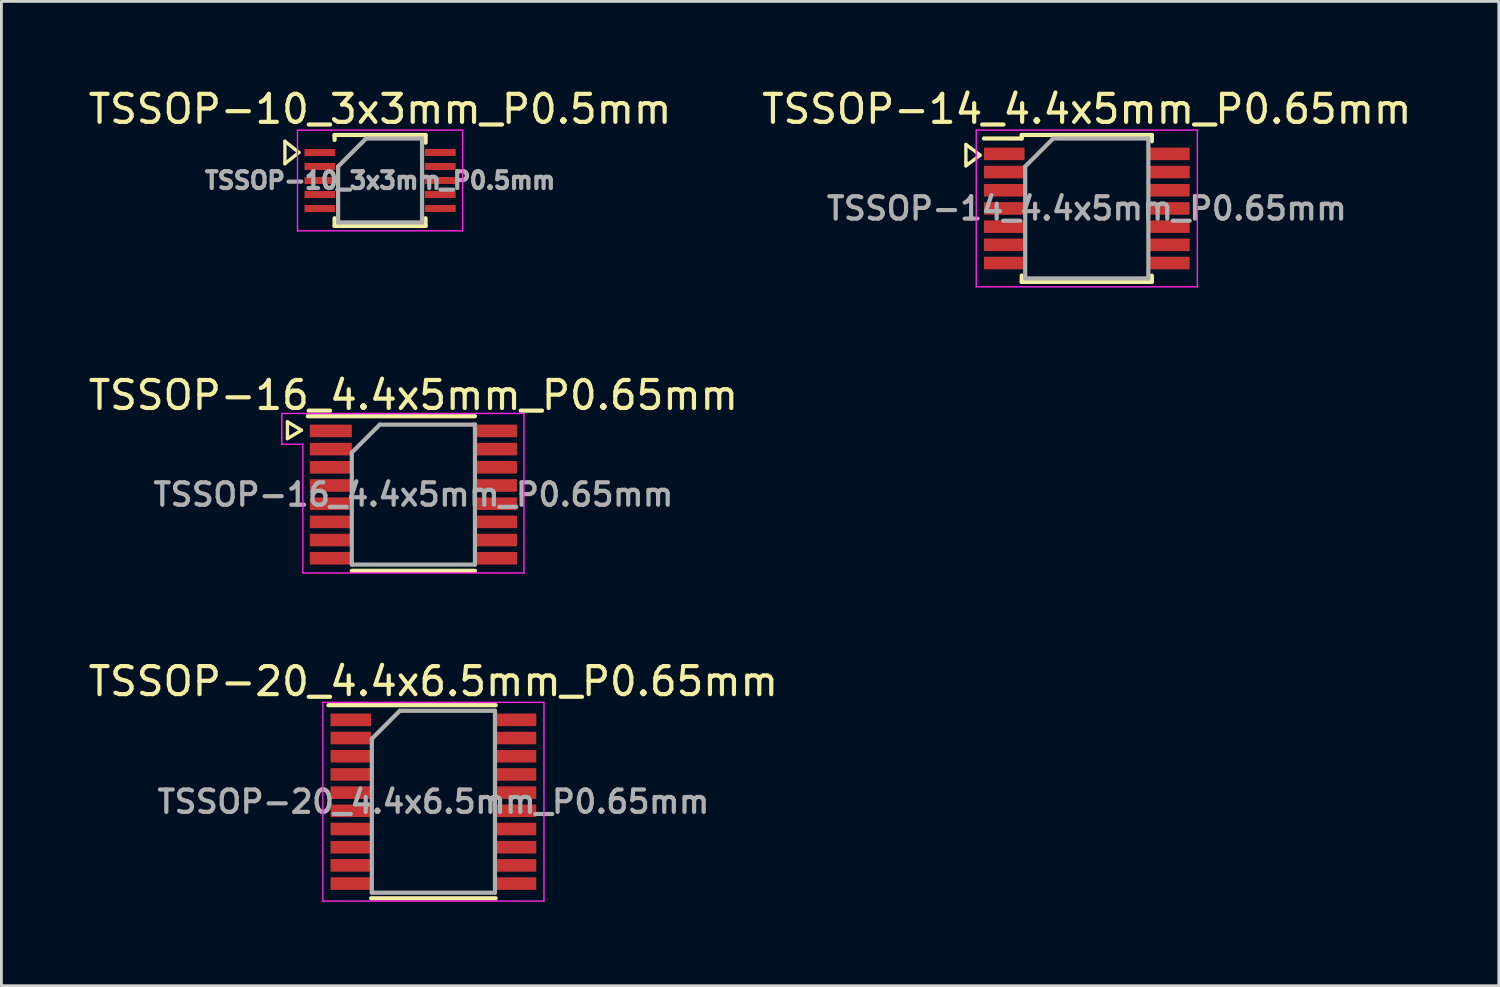
<source format=kicad_pcb>
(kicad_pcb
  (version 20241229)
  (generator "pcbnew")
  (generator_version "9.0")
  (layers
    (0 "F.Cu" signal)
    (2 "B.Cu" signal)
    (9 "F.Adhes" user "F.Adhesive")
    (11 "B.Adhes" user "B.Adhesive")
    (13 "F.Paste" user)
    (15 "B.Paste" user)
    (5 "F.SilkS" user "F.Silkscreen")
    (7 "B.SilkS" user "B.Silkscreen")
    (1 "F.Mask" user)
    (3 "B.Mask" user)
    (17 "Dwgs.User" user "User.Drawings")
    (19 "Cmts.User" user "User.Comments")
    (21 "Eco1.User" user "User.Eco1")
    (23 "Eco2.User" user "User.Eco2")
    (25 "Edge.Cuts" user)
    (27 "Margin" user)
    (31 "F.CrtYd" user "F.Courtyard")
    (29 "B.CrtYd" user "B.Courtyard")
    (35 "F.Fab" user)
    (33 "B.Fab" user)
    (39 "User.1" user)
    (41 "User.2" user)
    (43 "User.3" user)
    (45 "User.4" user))
  (footprint "TSSOP-20_4.4x6.5mm_P0.65mm"
    (layer "F.Cu")
    (at 12.435 25.595)
    (property "Reference" "TSSOP-20_4.4x6.5mm_P0.65mm" (at 0 -4.3 0) (layer "F.SilkS") (effects (font (size 1 1) (thickness 0.15))))
    (attr smd)
    (fp_line (start -3.75 -3.45) (end 2.225 -3.45) (stroke (width 0.15) (type solid)) (layer "F.SilkS"))
    (fp_line (start -2.225 3.45) (end 2.225 3.45) (stroke (width 0.15) (type solid)) (layer "F.SilkS"))
    (fp_line (start -3.95 -3.55) (end -3.95 3.55) (stroke (width 0.05) (type solid)) (layer "F.CrtYd"))
    (fp_line (start -3.95 -3.55) (end 3.95 -3.55) (stroke (width 0.05) (type solid)) (layer "F.CrtYd"))
    (fp_line (start -3.95 3.55) (end 3.95 3.55) (stroke (width 0.05) (type solid)) (layer "F.CrtYd"))
    (fp_line (start 3.95 -3.55) (end 3.95 3.55) (stroke (width 0.05) (type solid)) (layer "F.CrtYd"))
    (fp_line (start -2.2 -2.25) (end -1.2 -3.25) (stroke (width 0.15) (type solid)) (layer "F.Fab"))
    (fp_line (start -2.2 3.25) (end -2.2 -2.25) (stroke (width 0.15) (type solid)) (layer "F.Fab"))
    (fp_line (start -1.2 -3.25) (end 2.2 -3.25) (stroke (width 0.15) (type solid)) (layer "F.Fab"))
    (fp_line (start 2.2 -3.25) (end 2.2 3.25) (stroke (width 0.15) (type solid)) (layer "F.Fab"))
    (fp_line (start 2.2 3.25) (end -2.2 3.25) (stroke (width 0.15) (type solid)) (layer "F.Fab"))
    (fp_text user "${REFERENCE}" (at 0 0 0) (layer "F.Fab") (effects (font (size 0.8 0.8) (thickness 0.15))))
    (pad "1" smd rect (at -2.95 -2.925) (size 1.45 0.45) (layers "F.Cu" "F.Mask" "F.Paste"))
    (pad "2" smd rect (at -2.95 -2.275) (size 1.45 0.45) (layers "F.Cu" "F.Mask" "F.Paste"))
    (pad "3" smd rect (at -2.95 -1.625) (size 1.45 0.45) (layers "F.Cu" "F.Mask" "F.Paste"))
    (pad "4" smd rect (at -2.95 -0.975) (size 1.45 0.45) (layers "F.Cu" "F.Mask" "F.Paste"))
    (pad "5" smd rect (at -2.95 -0.325) (size 1.45 0.45) (layers "F.Cu" "F.Mask" "F.Paste"))
    (pad "6" smd rect (at -2.95 0.325) (size 1.45 0.45) (layers "F.Cu" "F.Mask" "F.Paste"))
    (pad "7" smd rect (at -2.95 0.975) (size 1.45 0.45) (layers "F.Cu" "F.Mask" "F.Paste"))
    (pad "8" smd rect (at -2.95 1.625) (size 1.45 0.45) (layers "F.Cu" "F.Mask" "F.Paste"))
    (pad "9" smd rect (at -2.95 2.275) (size 1.45 0.45) (layers "F.Cu" "F.Mask" "F.Paste"))
    (pad "10" smd rect (at -2.95 2.925) (size 1.45 0.45) (layers "F.Cu" "F.Mask" "F.Paste"))
    (pad "11" smd rect (at 2.95 2.925) (size 1.45 0.45) (layers "F.Cu" "F.Mask" "F.Paste"))
    (pad "12" smd rect (at 2.95 2.275) (size 1.45 0.45) (layers "F.Cu" "F.Mask" "F.Paste"))
    (pad "13" smd rect (at 2.95 1.625) (size 1.45 0.45) (layers "F.Cu" "F.Mask" "F.Paste"))
    (pad "14" smd rect (at 2.95 0.975) (size 1.45 0.45) (layers "F.Cu" "F.Mask" "F.Paste"))
    (pad "15" smd rect (at 2.95 0.325) (size 1.45 0.45) (layers "F.Cu" "F.Mask" "F.Paste"))
    (pad "16" smd rect (at 2.95 -0.325) (size 1.45 0.45) (layers "F.Cu" "F.Mask" "F.Paste"))
    (pad "17" smd rect (at 2.95 -0.975) (size 1.45 0.45) (layers "F.Cu" "F.Mask" "F.Paste"))
    (pad "18" smd rect (at 2.95 -1.625) (size 1.45 0.45) (layers "F.Cu" "F.Mask" "F.Paste"))
    (pad "19" smd rect (at 2.95 -2.275) (size 1.45 0.45) (layers "F.Cu" "F.Mask" "F.Paste"))
    (pad "20" smd rect (at 2.95 -2.925) (size 1.45 0.45) (layers "F.Cu" "F.Mask" "F.Paste")))
  (footprint "TSSOP-10_3x3mm_P0.5mm"
    (layer "F.Cu")
    (at 10.53 3.398)
    (property "Reference" "TSSOP-10_3x3mm_P0.5mm" (at 0 -2.55 0) (layer "F.SilkS") (effects (font (size 1 1) (thickness 0.15))))
    (attr smd)
    (fp_line (start -3.4 -1.4) (end -3.4 -0.6) (stroke (width 0.12) (type default)) (layer "F.SilkS"))
    (fp_line (start -3.4 -0.6) (end -2.9 -1) (stroke (width 0.12) (type default)) (layer "F.SilkS"))
    (fp_line (start -2.9 -1) (end -3.4 -1.4) (stroke (width 0.12) (type default)) (layer "F.SilkS"))
    (fp_line (start -1.625 -1.625) (end -1.625 -1.45) (stroke (width 0.15) (type solid)) (layer "F.SilkS"))
    (fp_line (start -1.625 -1.625) (end 1.625 -1.625) (stroke (width 0.15) (type solid)) (layer "F.SilkS"))
    (fp_line (start -1.625 1.625) (end -1.625 1.35) (stroke (width 0.15) (type solid)) (layer "F.SilkS"))
    (fp_line (start -1.625 1.625) (end 1.625 1.625) (stroke (width 0.15) (type solid)) (layer "F.SilkS"))
    (fp_line (start 1.625 -1.625) (end 1.625 -1.35) (stroke (width 0.15) (type solid)) (layer "F.SilkS"))
    (fp_line (start 1.625 1.625) (end 1.625 1.35) (stroke (width 0.15) (type solid)) (layer "F.SilkS"))
    (fp_line (start -2.95 -1.8) (end -2.95 1.8) (stroke (width 0.05) (type solid)) (layer "F.CrtYd"))
    (fp_line (start -2.95 -1.8) (end 2.95 -1.8) (stroke (width 0.05) (type solid)) (layer "F.CrtYd"))
    (fp_line (start -2.95 1.8) (end 2.95 1.8) (stroke (width 0.05) (type solid)) (layer "F.CrtYd"))
    (fp_line (start 2.95 -1.8) (end 2.95 1.8) (stroke (width 0.05) (type solid)) (layer "F.CrtYd"))
    (fp_line (start -1.5 -0.5) (end -0.5 -1.5) (stroke (width 0.15) (type solid)) (layer "F.Fab"))
    (fp_line (start -1.5 1.5) (end -1.5 -0.5) (stroke (width 0.15) (type solid)) (layer "F.Fab"))
    (fp_line (start -0.5 -1.5) (end 1.5 -1.5) (stroke (width 0.15) (type solid)) (layer "F.Fab"))
    (fp_line (start 1.5 -1.5) (end 1.5 1.5) (stroke (width 0.15) (type solid)) (layer "F.Fab"))
    (fp_line (start 1.5 1.5) (end -1.5 1.5) (stroke (width 0.15) (type solid)) (layer "F.Fab"))
    (fp_text user "${REFERENCE}" (at 0 0 0) (layer "F.Fab") (effects (font (size 0.6 0.6) (thickness 0.15))))
    (pad "1" smd rect (at -2.15 -1) (size 1.1 0.25) (layers "F.Cu" "F.Mask" "F.Paste"))
    (pad "2" smd rect (at -2.15 -0.5) (size 1.1 0.25) (layers "F.Cu" "F.Mask" "F.Paste"))
    (pad "3" smd rect (at -2.15 0) (size 1.1 0.25) (layers "F.Cu" "F.Mask" "F.Paste"))
    (pad "4" smd rect (at -2.15 0.5) (size 1.1 0.25) (layers "F.Cu" "F.Mask" "F.Paste"))
    (pad "5" smd rect (at -2.15 1) (size 1.1 0.25) (layers "F.Cu" "F.Mask" "F.Paste"))
    (pad "6" smd rect (at 2.15 1) (size 1.1 0.25) (layers "F.Cu" "F.Mask" "F.Paste"))
    (pad "7" smd rect (at 2.15 0.5) (size 1.1 0.25) (layers "F.Cu" "F.Mask" "F.Paste"))
    (pad "8" smd rect (at 2.15 0) (size 1.1 0.25) (layers "F.Cu" "F.Mask" "F.Paste"))
    (pad "9" smd rect (at 2.15 -0.5) (size 1.1 0.25) (layers "F.Cu" "F.Mask" "F.Paste"))
    (pad "10" smd rect (at 2.15 -1) (size 1.1 0.25) (layers "F.Cu" "F.Mask" "F.Paste")))
  (footprint "TSSOP-16_4.4x5mm_P0.65mm"
    (layer "F.Cu")
    (at 11.72 14.621)
    (property "Reference" "TSSOP-16_4.4x5mm_P0.65mm" (at 0 -3.55 0) (layer "F.SilkS") (effects (font (size 1 1) (thickness 0.15))))
    (attr smd)
    (fp_line (start -4.5 -2.6) (end -4.5 -2) (stroke (width 0.12) (type solid)) (layer "F.SilkS"))
    (fp_line (start -4.5 -2) (end -4 -2.3) (stroke (width 0.12) (type solid)) (layer "F.SilkS"))
    (fp_line (start -4 -2.3) (end -4.5 -2.6) (stroke (width 0.12) (type solid)) (layer "F.SilkS"))
    (fp_line (start -3.775 -2.8) (end 2.2 -2.8) (stroke (width 0.15) (type solid)) (layer "F.SilkS"))
    (fp_line (start -2.2 2.725) (end 2.2 2.725) (stroke (width 0.15) (type solid)) (layer "F.SilkS"))
    (fp_line (start -4.7 -2.9) (end -4.7 -1.8) (stroke (width 0.05) (type solid)) (layer "F.CrtYd"))
    (fp_line (start -4.7 -2.9) (end 3.95 -2.9) (stroke (width 0.05) (type solid)) (layer "F.CrtYd"))
    (fp_line (start -4.7 -1.8) (end -3.95 -1.8) (stroke (width 0.05) (type solid)) (layer "F.CrtYd"))
    (fp_line (start -3.95 -1.8) (end -3.95 2.8) (stroke (width 0.05) (type solid)) (layer "F.CrtYd"))
    (fp_line (start -3.95 2.8) (end 3.95 2.8) (stroke (width 0.05) (type solid)) (layer "F.CrtYd"))
    (fp_line (start 3.95 -2.9) (end 3.95 2.8) (stroke (width 0.05) (type solid)) (layer "F.CrtYd"))
    (fp_line (start -2.2 -1.5) (end -1.2 -2.5) (stroke (width 0.15) (type solid)) (layer "F.Fab"))
    (fp_line (start -2.2 2.5) (end -2.2 -1.5) (stroke (width 0.15) (type solid)) (layer "F.Fab"))
    (fp_line (start -1.2 -2.5) (end 2.2 -2.5) (stroke (width 0.15) (type solid)) (layer "F.Fab"))
    (fp_line (start 2.2 -2.5) (end 2.2 2.5) (stroke (width 0.15) (type solid)) (layer "F.Fab"))
    (fp_line (start 2.2 2.5) (end -2.2 2.5) (stroke (width 0.15) (type solid)) (layer "F.Fab"))
    (fp_text user "${REFERENCE}" (at 0 0 0) (layer "F.Fab") (effects (font (size 0.8 0.8) (thickness 0.15))))
    (pad "1" smd rect (at -2.95 -2.275) (size 1.5 0.45) (layers "F.Cu" "F.Mask" "F.Paste"))
    (pad "2" smd rect (at -2.95 -1.625) (size 1.5 0.45) (layers "F.Cu" "F.Mask" "F.Paste"))
    (pad "3" smd rect (at -2.95 -0.975) (size 1.5 0.45) (layers "F.Cu" "F.Mask" "F.Paste"))
    (pad "4" smd rect (at -2.95 -0.325) (size 1.5 0.45) (layers "F.Cu" "F.Mask" "F.Paste"))
    (pad "5" smd rect (at -2.95 0.325) (size 1.5 0.45) (layers "F.Cu" "F.Mask" "F.Paste"))
    (pad "6" smd rect (at -2.95 0.975) (size 1.5 0.45) (layers "F.Cu" "F.Mask" "F.Paste"))
    (pad "7" smd rect (at -2.95 1.625) (size 1.5 0.45) (layers "F.Cu" "F.Mask" "F.Paste"))
    (pad "8" smd rect (at -2.95 2.275) (size 1.5 0.45) (layers "F.Cu" "F.Mask" "F.Paste"))
    (pad "9" smd rect (at 2.95 2.275) (size 1.5 0.45) (layers "F.Cu" "F.Mask" "F.Paste"))
    (pad "10" smd rect (at 2.95 1.625) (size 1.5 0.45) (layers "F.Cu" "F.Mask" "F.Paste"))
    (pad "11" smd rect (at 2.95 0.975) (size 1.5 0.45) (layers "F.Cu" "F.Mask" "F.Paste"))
    (pad "12" smd rect (at 2.95 0.325) (size 1.5 0.45) (layers "F.Cu" "F.Mask" "F.Paste"))
    (pad "13" smd rect (at 2.95 -0.325) (size 1.5 0.45) (layers "F.Cu" "F.Mask" "F.Paste"))
    (pad "14" smd rect (at 2.95 -0.975) (size 1.5 0.45) (layers "F.Cu" "F.Mask" "F.Paste"))
    (pad "15" smd rect (at 2.95 -1.625) (size 1.5 0.45) (layers "F.Cu" "F.Mask" "F.Paste"))
    (pad "16" smd rect (at 2.95 -2.275) (size 1.5 0.45) (layers "F.Cu" "F.Mask" "F.Paste")))
  (footprint "TSSOP-14_4.4x5mm_P0.65mm"
    (layer "F.Cu")
    (at 35.78 4.398)
    (property "Reference" "TSSOP-14_4.4x5mm_P0.65mm" (at 0 -3.55 0) (layer "F.SilkS") (effects (font (size 1 1) (thickness 0.15))))
    (attr smd)
    (fp_line (start -4.318 -2.286) (end -4.318 -1.651) (stroke (width 0.12) (type solid)) (layer "F.SilkS"))
    (fp_line (start -4.318 -1.651) (end -4.318 -1.524) (stroke (width 0.12) (type solid)) (layer "F.SilkS"))
    (fp_line (start -4.318 -1.524) (end -3.81 -1.905) (stroke (width 0.12) (type solid)) (layer "F.SilkS"))
    (fp_line (start -3.81 -1.905) (end -4.318 -2.286) (stroke (width 0.12) (type solid)) (layer "F.SilkS"))
    (fp_line (start -2.325 -2.625) (end -2.325 -2.5) (stroke (width 0.15) (type solid)) (layer "F.SilkS"))
    (fp_line (start -2.325 -2.625) (end 2.325 -2.625) (stroke (width 0.15) (type solid)) (layer "F.SilkS"))
    (fp_line (start -2.325 -2.5) (end -3.675 -2.5) (stroke (width 0.15) (type solid)) (layer "F.SilkS"))
    (fp_line (start -2.325 2.625) (end -2.325 2.4) (stroke (width 0.15) (type solid)) (layer "F.SilkS"))
    (fp_line (start -2.325 2.625) (end 2.325 2.625) (stroke (width 0.15) (type solid)) (layer "F.SilkS"))
    (fp_line (start 2.325 -2.625) (end 2.325 -2.4) (stroke (width 0.15) (type solid)) (layer "F.SilkS"))
    (fp_line (start 2.325 2.625) (end 2.325 2.4) (stroke (width 0.15) (type solid)) (layer "F.SilkS"))
    (fp_line (start -3.95 -2.8) (end -3.95 2.8) (stroke (width 0.05) (type solid)) (layer "F.CrtYd"))
    (fp_line (start -3.95 -2.8) (end 3.95 -2.8) (stroke (width 0.05) (type solid)) (layer "F.CrtYd"))
    (fp_line (start -3.95 2.8) (end 3.95 2.8) (stroke (width 0.05) (type solid)) (layer "F.CrtYd"))
    (fp_line (start 3.95 -2.8) (end 3.95 2.8) (stroke (width 0.05) (type solid)) (layer "F.CrtYd"))
    (fp_line (start -2.2 -1.5) (end -1.2 -2.5) (stroke (width 0.15) (type solid)) (layer "F.Fab"))
    (fp_line (start -2.2 2.5) (end -2.2 -1.5) (stroke (width 0.15) (type solid)) (layer "F.Fab"))
    (fp_line (start -1.2 -2.5) (end 2.2 -2.5) (stroke (width 0.15) (type solid)) (layer "F.Fab"))
    (fp_line (start 2.2 -2.5) (end 2.2 2.5) (stroke (width 0.15) (type solid)) (layer "F.Fab"))
    (fp_line (start 2.2 2.5) (end -2.2 2.5) (stroke (width 0.15) (type solid)) (layer "F.Fab"))
    (fp_text user "${REFERENCE}" (at 0 0 0) (layer "F.Fab") (effects (font (size 0.8 0.8) (thickness 0.15))))
    (pad "1" smd rect (at -2.95 -1.95) (size 1.45 0.45) (layers "F.Cu" "F.Mask" "F.Paste"))
    (pad "2" smd rect (at -2.95 -1.3) (size 1.45 0.45) (layers "F.Cu" "F.Mask" "F.Paste"))
    (pad "3" smd rect (at -2.95 -0.65) (size 1.45 0.45) (layers "F.Cu" "F.Mask" "F.Paste"))
    (pad "4" smd rect (at -2.95 0) (size 1.45 0.45) (layers "F.Cu" "F.Mask" "F.Paste"))
    (pad "5" smd rect (at -2.95 0.65) (size 1.45 0.45) (layers "F.Cu" "F.Mask" "F.Paste"))
    (pad "6" smd rect (at -2.95 1.3) (size 1.45 0.45) (layers "F.Cu" "F.Mask" "F.Paste"))
    (pad "7" smd rect (at -2.95 1.95) (size 1.45 0.45) (layers "F.Cu" "F.Mask" "F.Paste"))
    (pad "8" smd rect (at 2.95 1.95) (size 1.45 0.45) (layers "F.Cu" "F.Mask" "F.Paste"))
    (pad "9" smd rect (at 2.95 1.3) (size 1.45 0.45) (layers "F.Cu" "F.Mask" "F.Paste"))
    (pad "10" smd rect (at 2.95 0.65) (size 1.45 0.45) (layers "F.Cu" "F.Mask" "F.Paste"))
    (pad "11" smd rect (at 2.95 0) (size 1.45 0.45) (layers "F.Cu" "F.Mask" "F.Paste"))
    (pad "12" smd rect (at 2.95 -0.65) (size 1.45 0.45) (layers "F.Cu" "F.Mask" "F.Paste"))
    (pad "13" smd rect (at 2.95 -1.3) (size 1.45 0.45) (layers "F.Cu" "F.Mask" "F.Paste"))
    (pad "14" smd rect (at 2.95 -1.95) (size 1.45 0.45) (layers "F.Cu" "F.Mask" "F.Paste")))
  (gr_rect
    (start -3 -3)
    (end 50.5 32.17)
    (stroke (width 0.1) (type default))
    (fill no)
    (layer "Edge.Cuts")))
</source>
